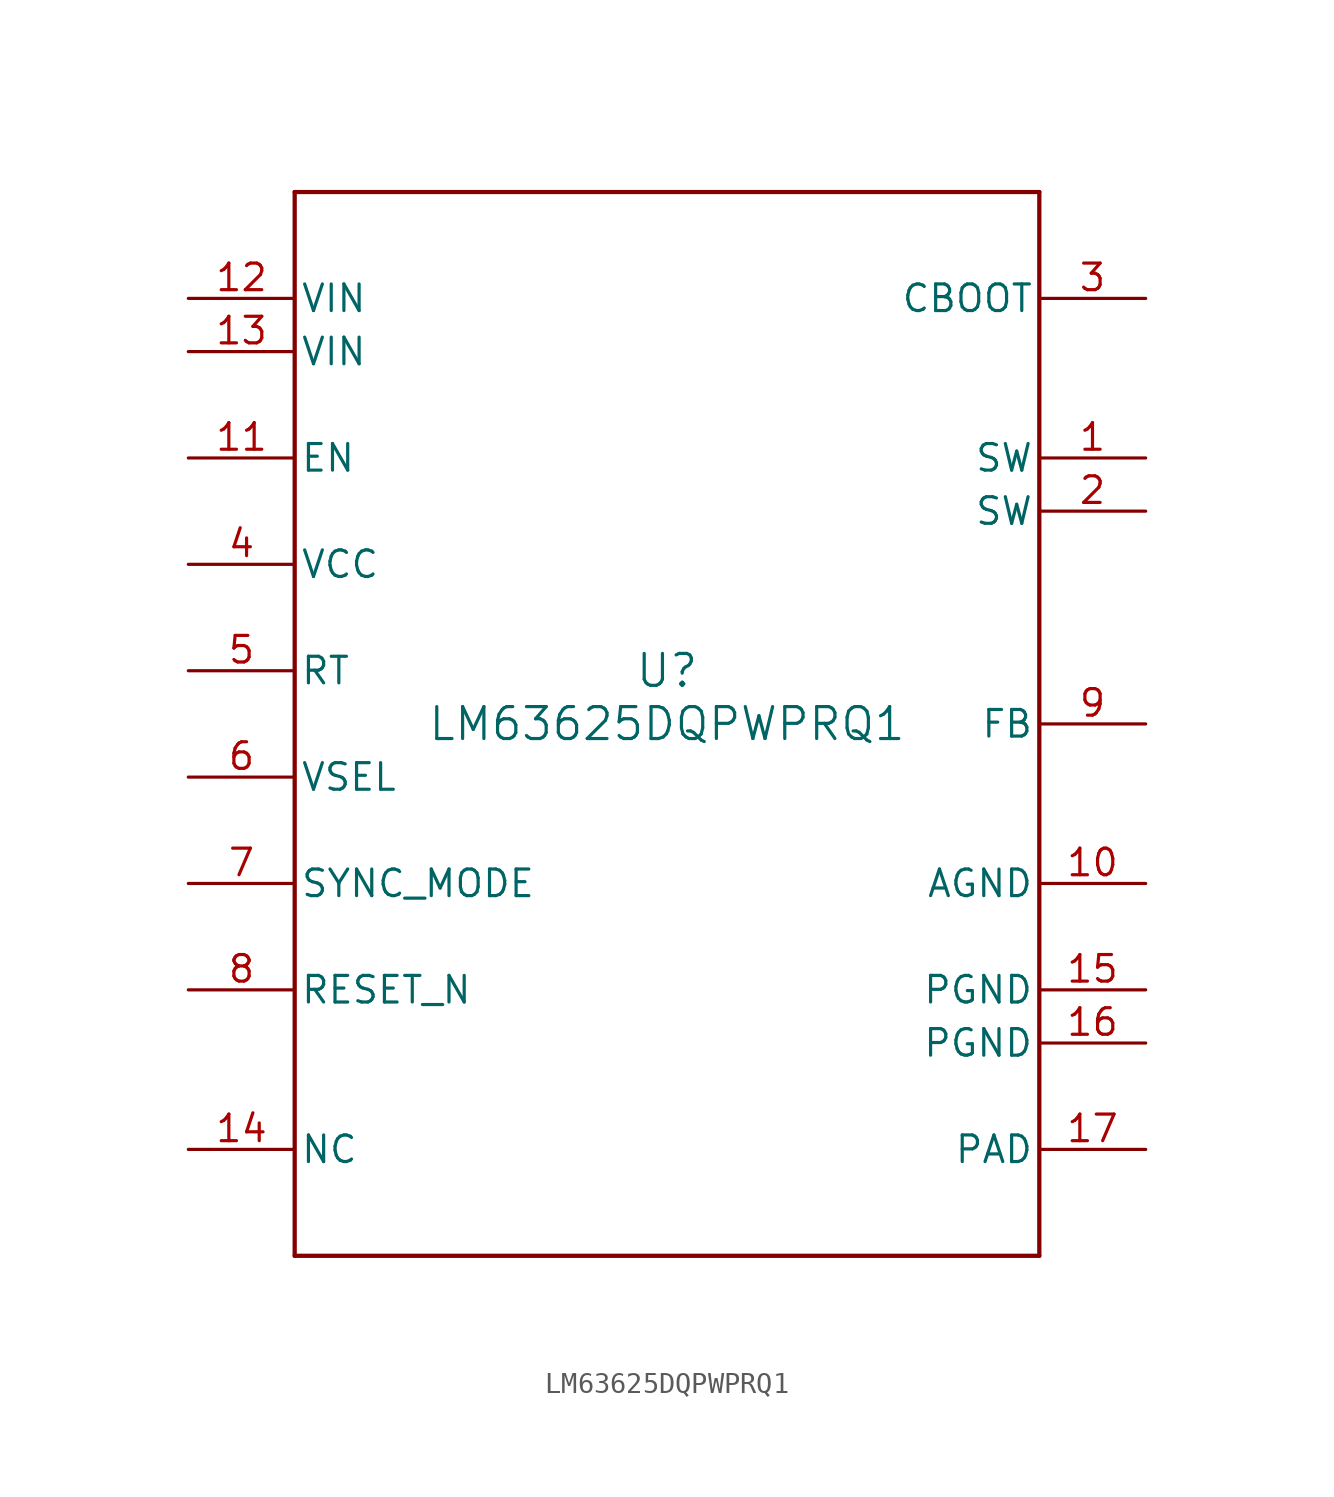
<source format=kicad_sym>
(kicad_symbol_lib
  (version 20211014)
  (generator kicad_symbol_editor)
  (symbol "LM63625DQPWPRQ1"
    (pin_names
      (offset 0.254))
    (property "Reference" "U"
      (at 0 2.54 0)
      (effects (font (size 1.524 1.524))))
    (property "Value" "LM63625DQPWPRQ1"
      (at 0 0 0)
      (effects (font (size 1.524 1.524))))
    (symbol "LM63625DQPWPRQ1_0_1"
      (polyline (pts (xy -17.78 -25.4) (xy 17.78 -25.4)) (stroke (width 0.203) (type default) (color 0 0 0 0)) (fill (type none)))
      (polyline (pts (xy 17.78 -25.4) (xy 17.78 25.4)) (stroke (width 0.203) (type default) (color 0 0 0 0)) (fill (type none)))
      (polyline (pts (xy 17.78 25.4) (xy -17.78 25.4)) (stroke (width 0.203) (type default) (color 0 0 0 0)) (fill (type none)))
      (polyline (pts (xy -17.78 25.4) (xy -17.78 -25.4)) (stroke (width 0.203) (type default) (color 0 0 0 0)) (fill (type none)))
      (pin power_in line (at 22.86 12.7 180) (length 5.08) (name "SW" (effects (font (size 1.27 1.27)))) (number "1" (effects (font (size 1.27 1.27)))))
      (pin power_in line (at 22.86 10.16 180) (length 5.08) (name "SW" (effects (font (size 1.27 1.27)))) (number "2" (effects (font (size 1.27 1.27)))))
      (pin power_in line (at 22.86 20.32 180) (length 5.08) (name "CBOOT" (effects (font (size 1.27 1.27)))) (number "3" (effects (font (size 1.27 1.27)))))
      (pin power_in line (at -22.86 7.62 0) (length 5.08) (name "VCC" (effects (font (size 1.27 1.27)))) (number "4" (effects (font (size 1.27 1.27)))))
      (pin input line (at -22.86 2.54 0) (length 5.08) (name "RT" (effects (font (size 1.27 1.27)))) (number "5" (effects (font (size 1.27 1.27)))))
      (pin input line (at -22.86 -2.54 0) (length 5.08) (name "VSEL" (effects (font (size 1.27 1.27)))) (number "6" (effects (font (size 1.27 1.27)))))
      (pin input line (at -22.86 -7.62 0) (length 5.08) (name "SYNC_MODE" (effects (font (size 1.27 1.27)))) (number "7" (effects (font (size 1.27 1.27)))))
      (pin open_collector line (at -22.86 -12.7 0) (length 5.08) (name "RESET_N" (effects (font (size 1.27 1.27)))) (number "8" (effects (font (size 1.27 1.27)))))
      (pin input line (at 22.86 0 180) (length 5.08) (name "FB" (effects (font (size 1.27 1.27)))) (number "9" (effects (font (size 1.27 1.27)))))
      (pin power_in line (at 22.86 -7.62 180) (length 5.08) (name "AGND" (effects (font (size 1.27 1.27)))) (number "10" (effects (font (size 1.27 1.27)))))
      (pin input line (at -22.86 12.7 0) (length 5.08) (name "EN" (effects (font (size 1.27 1.27)))) (number "11" (effects (font (size 1.27 1.27)))))
      (pin power_in line (at -22.86 20.32 0) (length 5.08) (name "VIN" (effects (font (size 1.27 1.27)))) (number "12" (effects (font (size 1.27 1.27)))))
      (pin power_in line (at -22.86 17.78 0) (length 5.08) (name "VIN" (effects (font (size 1.27 1.27)))) (number "13" (effects (font (size 1.27 1.27)))))
      (pin unspecified line (at -22.86 -20.32 0) (length 5.08) (name "NC" (effects (font (size 1.27 1.27)))) (number "14" (effects (font (size 1.27 1.27)))))
      (pin power_in line (at 22.86 -12.7 180) (length 5.08) (name "PGND" (effects (font (size 1.27 1.27)))) (number "15" (effects (font (size 1.27 1.27)))))
      (pin power_in line (at 22.86 -15.24 180) (length 5.08) (name "PGND" (effects (font (size 1.27 1.27)))) (number "16" (effects (font (size 1.27 1.27)))))
      (pin power_in line (at 22.86 -20.32 180) (length 5.08) (name "PAD" (effects (font (size 1.27 1.27)))) (number "17" (effects (font (size 1.27 1.27))))))))
</source>
